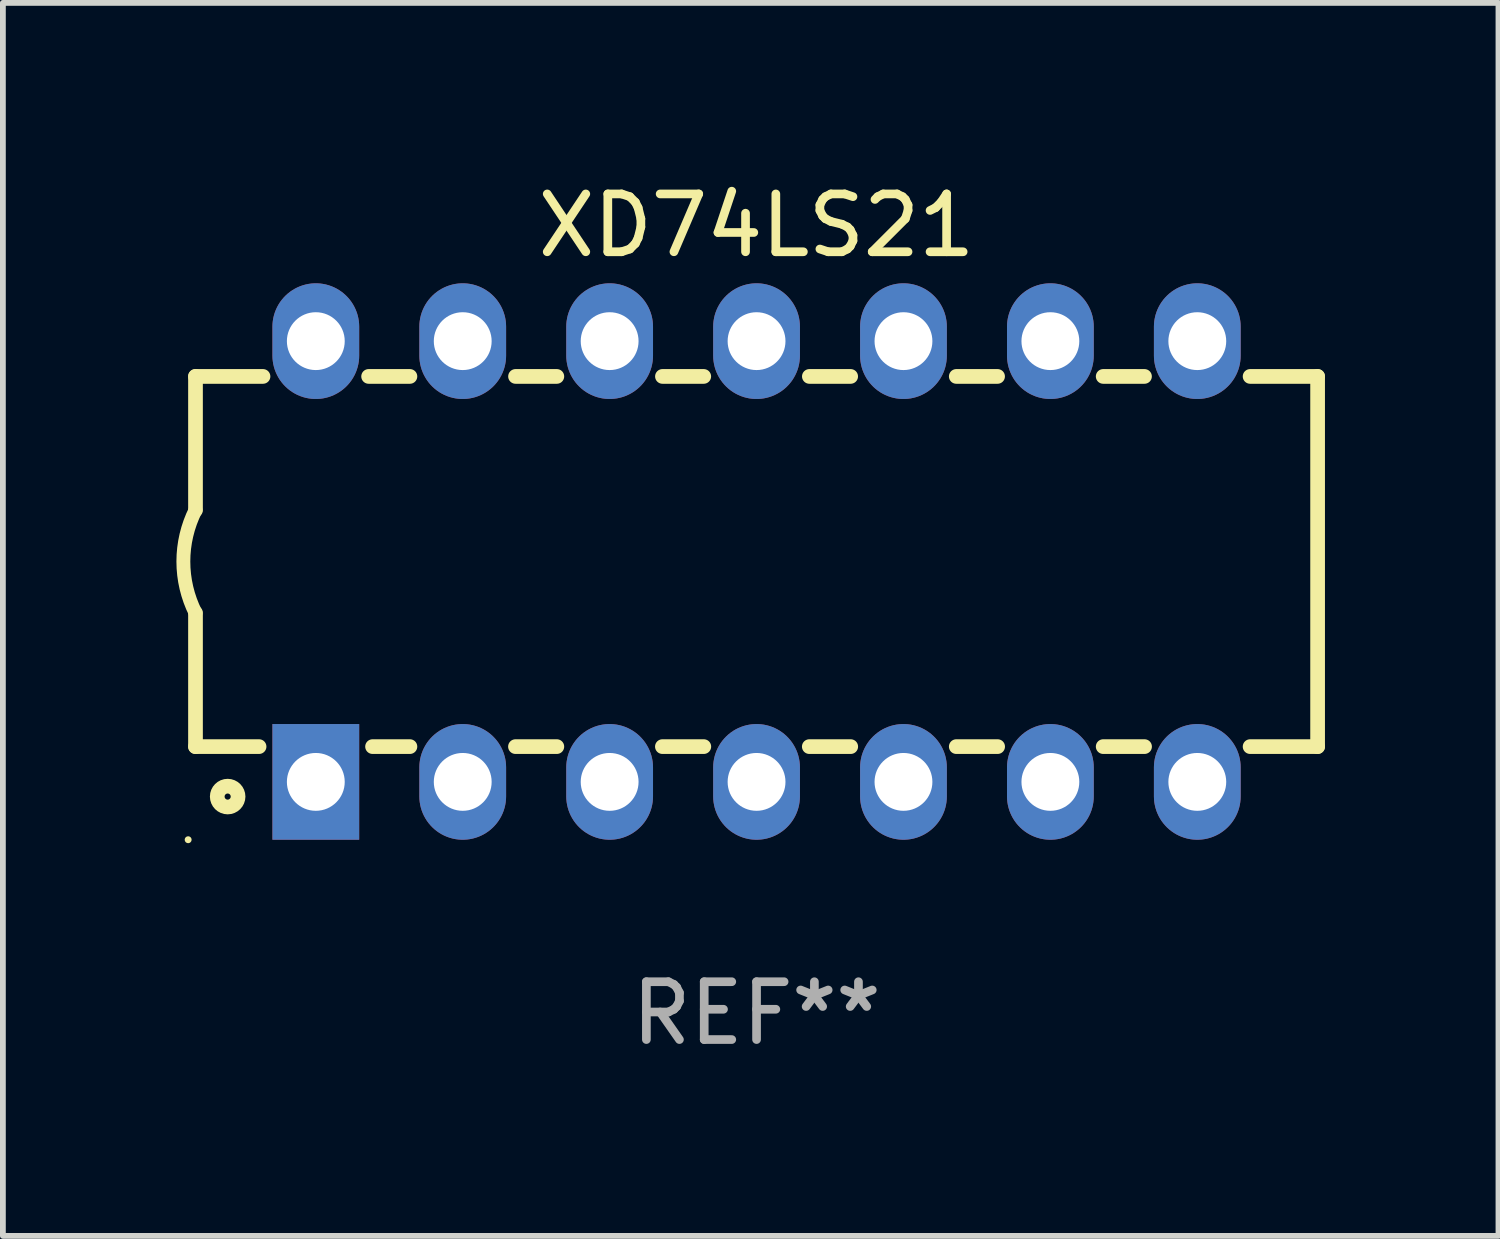
<source format=kicad_pcb>
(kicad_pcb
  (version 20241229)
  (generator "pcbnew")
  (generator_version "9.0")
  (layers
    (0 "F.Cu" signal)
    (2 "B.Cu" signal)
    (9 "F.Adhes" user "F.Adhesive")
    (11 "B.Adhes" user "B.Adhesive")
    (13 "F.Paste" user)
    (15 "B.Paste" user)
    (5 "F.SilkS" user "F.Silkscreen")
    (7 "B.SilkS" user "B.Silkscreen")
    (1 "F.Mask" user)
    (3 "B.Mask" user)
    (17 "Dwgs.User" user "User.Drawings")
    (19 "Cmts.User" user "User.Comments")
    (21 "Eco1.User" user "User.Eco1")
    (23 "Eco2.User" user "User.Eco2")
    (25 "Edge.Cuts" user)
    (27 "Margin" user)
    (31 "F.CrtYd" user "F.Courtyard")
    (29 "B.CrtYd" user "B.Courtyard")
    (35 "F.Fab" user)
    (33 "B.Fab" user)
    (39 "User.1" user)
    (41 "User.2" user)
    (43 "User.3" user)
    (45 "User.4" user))
  (footprint "XD74LS21"
    (layer "F.Cu")
    (at 10.03 6.658)
    (property "Reference" "XD74LS21" (at 0 -5.81 0) (layer "F.SilkS") (effects (font (size 1 1) (thickness 0.15))))
    (attr through_hole)
    (fp_line (start -9.7 -3.2) (end -9.7 -0.889) (stroke (width 0.254) (type solid)) (layer "F.SilkS"))
    (fp_line (start -9.7 -3.2) (end -8.533 -3.2) (stroke (width 0.254) (type solid)) (layer "F.SilkS"))
    (fp_line (start -9.7 3.2) (end -9.7 0.889) (stroke (width 0.254) (type solid)) (layer "F.SilkS"))
    (fp_line (start -9.7 3.2) (end -8.601 3.2) (stroke (width 0.254) (type solid)) (layer "F.SilkS"))
    (fp_line (start -6.707 -3.2) (end -5.993 -3.2) (stroke (width 0.254) (type solid)) (layer "F.SilkS"))
    (fp_line (start -6.639 3.2) (end -5.993 3.2) (stroke (width 0.254) (type solid)) (layer "F.SilkS"))
    (fp_line (start -4.168 3.2) (end -3.453 3.2) (stroke (width 0.254) (type solid)) (layer "F.SilkS"))
    (fp_line (start -4.167 -3.2) (end -3.453 -3.2) (stroke (width 0.254) (type solid)) (layer "F.SilkS"))
    (fp_line (start -1.628 3.2) (end -0.912 3.2) (stroke (width 0.254) (type solid)) (layer "F.SilkS"))
    (fp_line (start -1.627 -3.2) (end -0.913 -3.2) (stroke (width 0.254) (type solid)) (layer "F.SilkS"))
    (fp_line (start 0.912 3.2) (end 1.628 3.2) (stroke (width 0.254) (type solid)) (layer "F.SilkS"))
    (fp_line (start 0.913 -3.2) (end 1.627 -3.2) (stroke (width 0.254) (type solid)) (layer "F.SilkS"))
    (fp_line (start 3.453 3.2) (end 4.168 3.2) (stroke (width 0.254) (type solid)) (layer "F.SilkS"))
    (fp_line (start 3.453 -3.2) (end 4.167 -3.2) (stroke (width 0.254) (type solid)) (layer "F.SilkS"))
    (fp_line (start 5.993 3.2) (end 6.708 3.2) (stroke (width 0.254) (type solid)) (layer "F.SilkS"))
    (fp_line (start 5.993 -3.2) (end 6.707 -3.2) (stroke (width 0.254) (type solid)) (layer "F.SilkS"))
    (fp_line (start 8.533 3.2) (end 9.7 3.2) (stroke (width 0.254) (type solid)) (layer "F.SilkS"))
    (fp_line (start 8.533 -3.2) (end 9.7 -3.2) (stroke (width 0.254) (type solid)) (layer "F.SilkS"))
    (fp_line (start 9.7 3.2) (end 9.7 -3.2) (stroke (width 0.254) (type solid)) (layer "F.SilkS"))
    (fp_arc (start -9.699822 0.889002) (mid -9.909826 0.000048) (end -9.700229 -0.889002) (stroke (width 0.240005) (type solid)) (layer "F.SilkS"))
    (fp_circle (center -9.827 4.81) (end -9.797 4.81) (stroke (width 0.06) (type solid)) (fill no) (layer "F.SilkS"))
    (fp_circle (center -9.144 4.064) (end -8.964 4.064) (stroke (width 0.254) (type solid)) (fill no) (layer "F.SilkS"))
    (fp_text user "REF**" (at 0 7.81 0) (layer "F.Fab") (effects (font (size 1 1) (thickness 0.15))))
    (pad "1" thru_hole rect (at -7.62 3.81 90) (size 2 1.5) (drill 1) (layers "*.Cu" "*.Mask"))
    (pad "2" thru_hole oval (at -5.08 3.81 90) (size 2 1.5) (drill 1) (layers "*.Cu" "*.Mask"))
    (pad "3" thru_hole oval (at -2.54 3.81 90) (size 2 1.5) (drill 1) (layers "*.Cu" "*.Mask"))
    (pad "4" thru_hole oval (at 0 3.81 90) (size 2 1.5) (drill 1) (layers "*.Cu" "*.Mask"))
    (pad "5" thru_hole oval (at 2.54 3.81 90) (size 2 1.5) (drill 1) (layers "*.Cu" "*.Mask"))
    (pad "6" thru_hole oval (at 5.08 3.81 90) (size 2 1.5) (drill 1) (layers "*.Cu" "*.Mask"))
    (pad "7" thru_hole oval (at 7.62 3.81 90) (size 2 1.5) (drill 1) (layers "*.Cu" "*.Mask"))
    (pad "8" thru_hole oval (at 7.62 -3.81 90) (size 2 1.5) (drill 1) (layers "*.Cu" "*.Mask"))
    (pad "9" thru_hole oval (at 5.08 -3.81 90) (size 2 1.5) (drill 1) (layers "*.Cu" "*.Mask"))
    (pad "10" thru_hole oval (at 2.54 -3.81 90) (size 2 1.5) (drill 1) (layers "*.Cu" "*.Mask"))
    (pad "11" thru_hole oval (at 0 -3.81 90) (size 2 1.5) (drill 1) (layers "*.Cu" "*.Mask"))
    (pad "12" thru_hole oval (at -2.54 -3.81 90) (size 2 1.5) (drill 1) (layers "*.Cu" "*.Mask"))
    (pad "13" thru_hole oval (at -5.08 -3.81 90) (size 2 1.5) (drill 1) (layers "*.Cu" "*.Mask"))
    (pad "14" thru_hole oval (at -7.62 -3.81 90) (size 2 1.5) (drill 1) (layers "*.Cu" "*.Mask")))
  (gr_rect
    (start -3 -3)
    (end 22.857 18.317)
    (stroke (width 0.1) (type default))
    (fill no)
    (layer "Edge.Cuts")))
</source>
